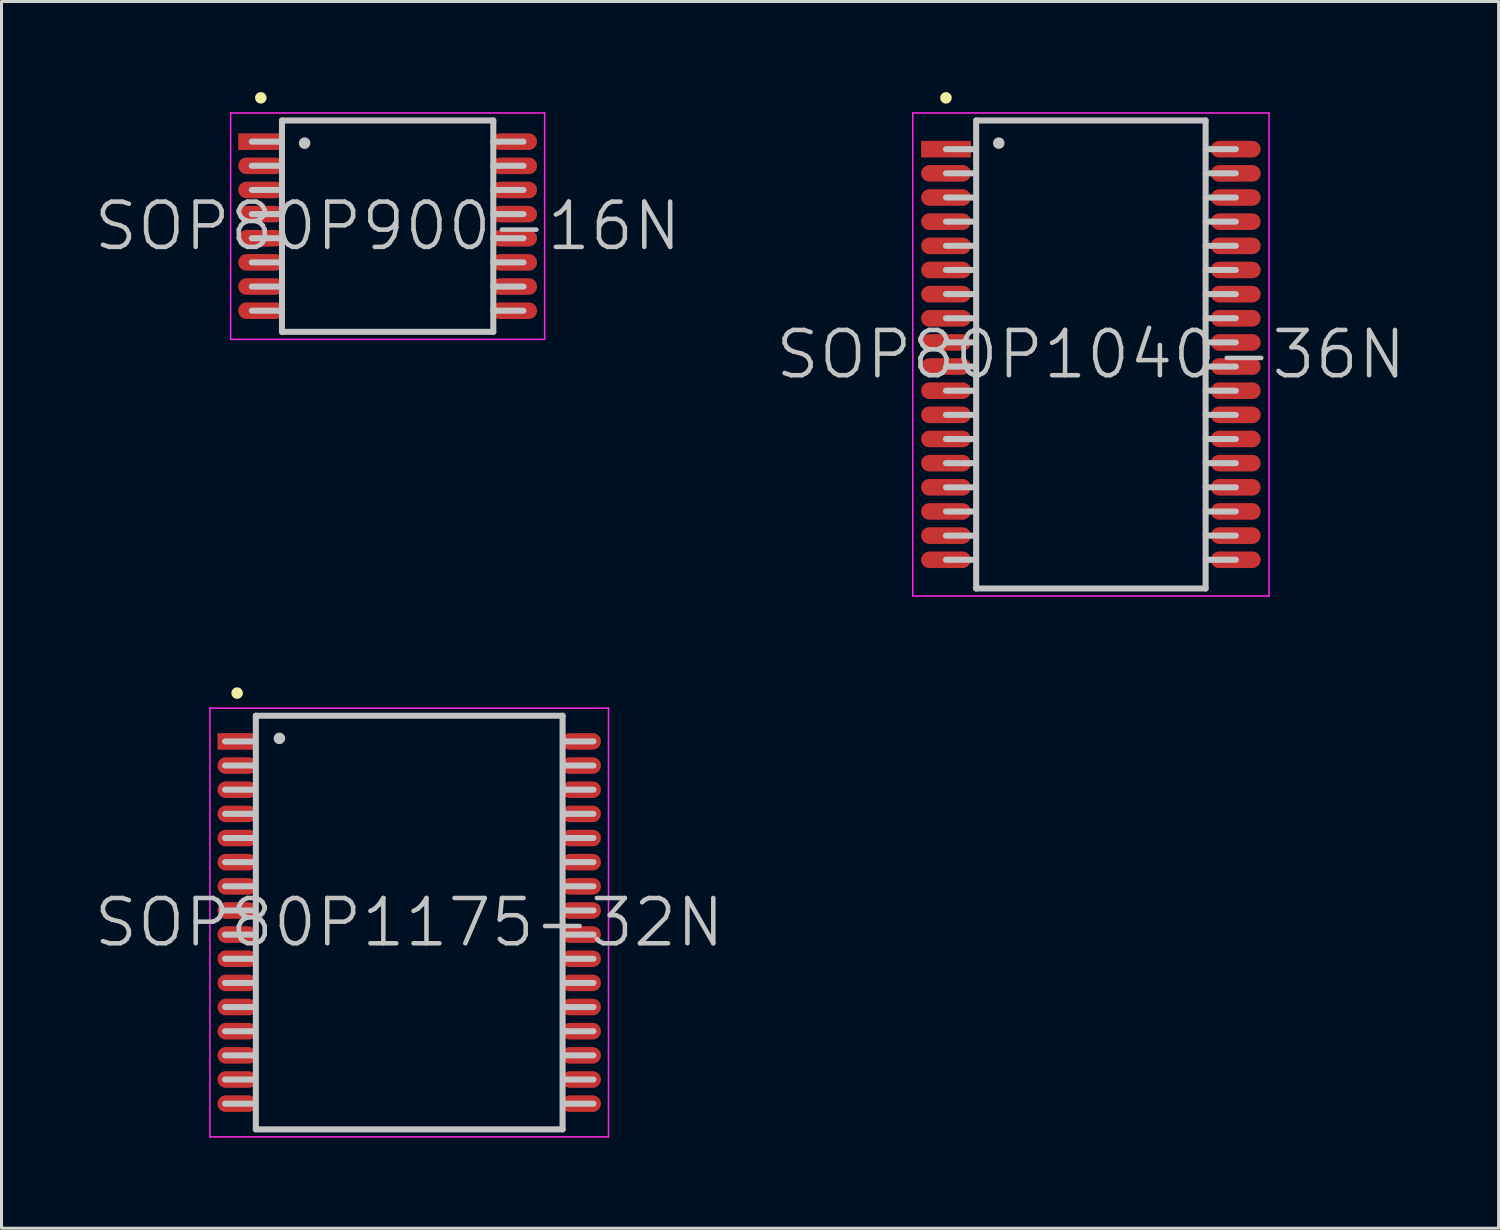
<source format=kicad_pcb>
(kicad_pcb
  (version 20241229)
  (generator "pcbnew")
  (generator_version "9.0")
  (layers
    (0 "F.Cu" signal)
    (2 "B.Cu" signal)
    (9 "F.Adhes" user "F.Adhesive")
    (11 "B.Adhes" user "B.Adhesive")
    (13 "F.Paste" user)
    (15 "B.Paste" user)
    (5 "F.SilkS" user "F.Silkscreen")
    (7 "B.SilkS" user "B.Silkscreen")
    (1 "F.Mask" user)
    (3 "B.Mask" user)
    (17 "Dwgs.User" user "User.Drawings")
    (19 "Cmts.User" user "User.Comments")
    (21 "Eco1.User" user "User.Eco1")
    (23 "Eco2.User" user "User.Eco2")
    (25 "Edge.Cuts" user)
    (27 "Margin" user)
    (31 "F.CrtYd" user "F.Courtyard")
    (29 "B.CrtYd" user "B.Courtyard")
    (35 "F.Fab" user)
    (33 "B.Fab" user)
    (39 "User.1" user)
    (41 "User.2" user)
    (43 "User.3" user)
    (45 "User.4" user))
  (footprint "SOP80P1175-32N"
    (layer "F.Cu")
    (at 10.504 27.506)
    (property "Reference" "SOP80P1175-32N" (at 0 0 0) (layer "Dwgs.User") (effects (font (size 1.5 1.5) (thickness 0.15))))
    (attr smd)
    (fp_line (start -5.7 -7.6) (end -5.7 -7.6) (stroke (width 0.381) (type solid)) (layer "F.SilkS"))
    (fp_line (start -5.1 -6) (end -6.1 -6) (stroke (width 0.2) (type solid)) (layer "Dwgs.User"))
    (fp_line (start -5.1 -5.2) (end -6.1 -5.2) (stroke (width 0.2) (type solid)) (layer "Dwgs.User"))
    (fp_line (start -5.1 -4.4) (end -6.1 -4.4) (stroke (width 0.2) (type solid)) (layer "Dwgs.User"))
    (fp_line (start -5.1 -3.6) (end -6.1 -3.6) (stroke (width 0.2) (type solid)) (layer "Dwgs.User"))
    (fp_line (start -5.1 -2.8) (end -6.1 -2.8) (stroke (width 0.2) (type solid)) (layer "Dwgs.User"))
    (fp_line (start -5.1 -2) (end -6.1 -2) (stroke (width 0.2) (type solid)) (layer "Dwgs.User"))
    (fp_line (start -5.1 -1.2) (end -6.1 -1.2) (stroke (width 0.2) (type solid)) (layer "Dwgs.User"))
    (fp_line (start -5.1 -0.4) (end -6.1 -0.4) (stroke (width 0.2) (type solid)) (layer "Dwgs.User"))
    (fp_line (start -5.1 0.4) (end -6.1 0.4) (stroke (width 0.2) (type solid)) (layer "Dwgs.User"))
    (fp_line (start -5.1 1.2) (end -6.1 1.2) (stroke (width 0.2) (type solid)) (layer "Dwgs.User"))
    (fp_line (start -5.1 2) (end -6.1 2) (stroke (width 0.2) (type solid)) (layer "Dwgs.User"))
    (fp_line (start -5.1 2.8) (end -6.1 2.8) (stroke (width 0.2) (type solid)) (layer "Dwgs.User"))
    (fp_line (start -5.1 3.6) (end -6.1 3.6) (stroke (width 0.2) (type solid)) (layer "Dwgs.User"))
    (fp_line (start -5.1 4.4) (end -6.1 4.4) (stroke (width 0.2) (type solid)) (layer "Dwgs.User"))
    (fp_line (start -5.1 5.2) (end -6.1 5.2) (stroke (width 0.2) (type solid)) (layer "Dwgs.User"))
    (fp_line (start -5.1 6) (end -6.1 6) (stroke (width 0.2) (type solid)) (layer "Dwgs.User"))
    (fp_line (start -5.08 -6.85) (end -5.08 6.85) (stroke (width 0.2) (type solid)) (layer "Dwgs.User"))
    (fp_line (start -5.08 -6.85) (end 5.08 -6.85) (stroke (width 0.2) (type solid)) (layer "Dwgs.User"))
    (fp_line (start -5.08 6.85) (end 5.08 6.85) (stroke (width 0.2) (type solid)) (layer "Dwgs.User"))
    (fp_line (start -4.3 -6.1) (end -4.3 -6.1) (stroke (width 0.381) (type solid)) (layer "Dwgs.User"))
    (fp_line (start 5.08 -6.85) (end 5.08 6.85) (stroke (width 0.2) (type solid)) (layer "Dwgs.User"))
    (fp_line (start 6.1 -6) (end 5.1 -6) (stroke (width 0.2) (type solid)) (layer "Dwgs.User"))
    (fp_line (start 6.1 -5.2) (end 5.1 -5.2) (stroke (width 0.2) (type solid)) (layer "Dwgs.User"))
    (fp_line (start 6.1 -4.4) (end 5.1 -4.4) (stroke (width 0.2) (type solid)) (layer "Dwgs.User"))
    (fp_line (start 6.1 -3.6) (end 5.1 -3.6) (stroke (width 0.2) (type solid)) (layer "Dwgs.User"))
    (fp_line (start 6.1 -2.8) (end 5.1 -2.8) (stroke (width 0.2) (type solid)) (layer "Dwgs.User"))
    (fp_line (start 6.1 -2) (end 5.1 -2) (stroke (width 0.2) (type solid)) (layer "Dwgs.User"))
    (fp_line (start 6.1 -1.2) (end 5.1 -1.2) (stroke (width 0.2) (type solid)) (layer "Dwgs.User"))
    (fp_line (start 6.1 -0.4) (end 5.1 -0.4) (stroke (width 0.2) (type solid)) (layer "Dwgs.User"))
    (fp_line (start 6.1 0.4) (end 5.1 0.4) (stroke (width 0.2) (type solid)) (layer "Dwgs.User"))
    (fp_line (start 6.1 1.2) (end 5.1 1.2) (stroke (width 0.2) (type solid)) (layer "Dwgs.User"))
    (fp_line (start 6.1 2) (end 5.1 2) (stroke (width 0.2) (type solid)) (layer "Dwgs.User"))
    (fp_line (start 6.1 2.8) (end 5.1 2.8) (stroke (width 0.2) (type solid)) (layer "Dwgs.User"))
    (fp_line (start 6.1 3.6) (end 5.1 3.6) (stroke (width 0.2) (type solid)) (layer "Dwgs.User"))
    (fp_line (start 6.1 4.4) (end 5.1 4.4) (stroke (width 0.2) (type solid)) (layer "Dwgs.User"))
    (fp_line (start 6.1 5.2) (end 5.1 5.2) (stroke (width 0.2) (type solid)) (layer "Dwgs.User"))
    (fp_line (start 6.1 6) (end 5.1 6) (stroke (width 0.2) (type solid)) (layer "Dwgs.User"))
    (fp_line (start -6.6 -7.1) (end -6.6 7.1) (stroke (width 0.05) (type solid)) (layer "F.CrtYd"))
    (fp_line (start -6.6 -7.1) (end 6.6 -7.1) (stroke (width 0.05) (type solid)) (layer "F.CrtYd"))
    (fp_line (start -6.6 7.1) (end 6.6 7.1) (stroke (width 0.05) (type solid)) (layer "F.CrtYd"))
    (fp_line (start 6.6 -7.1) (end 6.6 7.1) (stroke (width 0.05) (type solid)) (layer "F.CrtYd"))
    (pad "1" smd rect (at -5.7 -5.999 90) (size 0.55 1.3) (layers "F.Cu" "F.Mask" "F.Paste"))
    (pad "2" smd oval (at -5.7 -5.199 90) (size 0.55 1.3) (layers "F.Cu" "F.Mask" "F.Paste"))
    (pad "3" smd oval (at -5.7 -4.399 90) (size 0.55 1.3) (layers "F.Cu" "F.Mask" "F.Paste"))
    (pad "4" smd oval (at -5.7 -3.599 90) (size 0.55 1.3) (layers "F.Cu" "F.Mask" "F.Paste"))
    (pad "5" smd oval (at -5.7 -2.799 90) (size 0.55 1.3) (layers "F.Cu" "F.Mask" "F.Paste"))
    (pad "6" smd oval (at -5.7 -1.999 90) (size 0.55 1.3) (layers "F.Cu" "F.Mask" "F.Paste"))
    (pad "7" smd oval (at -5.7 -1.199 90) (size 0.55 1.3) (layers "F.Cu" "F.Mask" "F.Paste"))
    (pad "8" smd oval (at -5.7 -0.399 90) (size 0.55 1.3) (layers "F.Cu" "F.Mask" "F.Paste"))
    (pad "9" smd oval (at -5.7 0.399 90) (size 0.55 1.3) (layers "F.Cu" "F.Mask" "F.Paste"))
    (pad "10" smd oval (at -5.7 1.199 90) (size 0.55 1.3) (layers "F.Cu" "F.Mask" "F.Paste"))
    (pad "11" smd oval (at -5.7 1.999 90) (size 0.55 1.3) (layers "F.Cu" "F.Mask" "F.Paste"))
    (pad "12" smd oval (at -5.7 2.799 90) (size 0.55 1.3) (layers "F.Cu" "F.Mask" "F.Paste"))
    (pad "13" smd oval (at -5.7 3.599 90) (size 0.55 1.3) (layers "F.Cu" "F.Mask" "F.Paste"))
    (pad "14" smd oval (at -5.7 4.399 90) (size 0.55 1.3) (layers "F.Cu" "F.Mask" "F.Paste"))
    (pad "15" smd oval (at -5.7 5.199 90) (size 0.55 1.3) (layers "F.Cu" "F.Mask" "F.Paste"))
    (pad "16" smd oval (at -5.7 5.999 90) (size 0.55 1.3) (layers "F.Cu" "F.Mask" "F.Paste"))
    (pad "17" smd oval (at 5.7 5.999 270) (size 0.55 1.3) (layers "F.Cu" "F.Mask" "F.Paste"))
    (pad "18" smd oval (at 5.7 5.199 270) (size 0.55 1.3) (layers "F.Cu" "F.Mask" "F.Paste"))
    (pad "19" smd oval (at 5.7 4.399 270) (size 0.55 1.3) (layers "F.Cu" "F.Mask" "F.Paste"))
    (pad "20" smd oval (at 5.7 3.599 270) (size 0.55 1.3) (layers "F.Cu" "F.Mask" "F.Paste"))
    (pad "21" smd oval (at 5.7 2.799 270) (size 0.55 1.3) (layers "F.Cu" "F.Mask" "F.Paste"))
    (pad "22" smd oval (at 5.7 1.999 270) (size 0.55 1.3) (layers "F.Cu" "F.Mask" "F.Paste"))
    (pad "23" smd oval (at 5.7 1.199 270) (size 0.55 1.3) (layers "F.Cu" "F.Mask" "F.Paste"))
    (pad "24" smd oval (at 5.7 0.399 270) (size 0.55 1.3) (layers "F.Cu" "F.Mask" "F.Paste"))
    (pad "25" smd oval (at 5.7 -0.399 270) (size 0.55 1.3) (layers "F.Cu" "F.Mask" "F.Paste"))
    (pad "26" smd oval (at 5.7 -1.199 270) (size 0.55 1.3) (layers "F.Cu" "F.Mask" "F.Paste"))
    (pad "27" smd oval (at 5.7 -1.999 270) (size 0.55 1.3) (layers "F.Cu" "F.Mask" "F.Paste"))
    (pad "28" smd oval (at 5.7 -2.799 270) (size 0.55 1.3) (layers "F.Cu" "F.Mask" "F.Paste"))
    (pad "29" smd oval (at 5.7 -3.599 270) (size 0.55 1.3) (layers "F.Cu" "F.Mask" "F.Paste"))
    (pad "30" smd oval (at 5.7 -4.399 270) (size 0.55 1.3) (layers "F.Cu" "F.Mask" "F.Paste"))
    (pad "31" smd oval (at 5.7 -5.199 270) (size 0.55 1.3) (layers "F.Cu" "F.Mask" "F.Paste"))
    (pad "32" smd oval (at 5.7 -5.999 270) (size 0.55 1.3) (layers "F.Cu" "F.Mask" "F.Paste")))
  (footprint "SOP80P1040-36N"
    (layer "F.Cu")
    (at 33.082 8.691)
    (property "Reference" "SOP80P1040-36N" (at 0 0 0) (layer "Dwgs.User") (effects (font (size 1.5 1.5) (thickness 0.15))))
    (attr smd)
    (fp_line (start -4.8 -8.5) (end -4.8 -8.5) (stroke (width 0.381) (type solid)) (layer "F.SilkS"))
    (fp_line (start -3.8 -7.75) (end -3.8 7.75) (stroke (width 0.2) (type solid)) (layer "Dwgs.User"))
    (fp_line (start -3.8 -7.75) (end 3.8 -7.75) (stroke (width 0.2) (type solid)) (layer "Dwgs.User"))
    (fp_line (start -3.8 -6.8) (end -4.8 -6.8) (stroke (width 0.2) (type solid)) (layer "Dwgs.User"))
    (fp_line (start -3.8 -6) (end -4.8 -6) (stroke (width 0.2) (type solid)) (layer "Dwgs.User"))
    (fp_line (start -3.8 -5.2) (end -4.8 -5.2) (stroke (width 0.2) (type solid)) (layer "Dwgs.User"))
    (fp_line (start -3.8 -4.4) (end -4.8 -4.4) (stroke (width 0.2) (type solid)) (layer "Dwgs.User"))
    (fp_line (start -3.8 -3.6) (end -4.8 -3.6) (stroke (width 0.2) (type solid)) (layer "Dwgs.User"))
    (fp_line (start -3.8 -2.8) (end -4.8 -2.8) (stroke (width 0.2) (type solid)) (layer "Dwgs.User"))
    (fp_line (start -3.8 -2) (end -4.8 -2) (stroke (width 0.2) (type solid)) (layer "Dwgs.User"))
    (fp_line (start -3.8 -1.2) (end -4.8 -1.2) (stroke (width 0.2) (type solid)) (layer "Dwgs.User"))
    (fp_line (start -3.8 -0.4) (end -4.8 -0.4) (stroke (width 0.2) (type solid)) (layer "Dwgs.User"))
    (fp_line (start -3.8 0.4) (end -4.8 0.4) (stroke (width 0.2) (type solid)) (layer "Dwgs.User"))
    (fp_line (start -3.8 1.2) (end -4.8 1.2) (stroke (width 0.2) (type solid)) (layer "Dwgs.User"))
    (fp_line (start -3.8 2) (end -4.8 2) (stroke (width 0.2) (type solid)) (layer "Dwgs.User"))
    (fp_line (start -3.8 2.8) (end -4.8 2.8) (stroke (width 0.2) (type solid)) (layer "Dwgs.User"))
    (fp_line (start -3.8 3.6) (end -4.8 3.6) (stroke (width 0.2) (type solid)) (layer "Dwgs.User"))
    (fp_line (start -3.8 4.4) (end -4.8 4.4) (stroke (width 0.2) (type solid)) (layer "Dwgs.User"))
    (fp_line (start -3.8 5.2) (end -4.8 5.2) (stroke (width 0.2) (type solid)) (layer "Dwgs.User"))
    (fp_line (start -3.8 6) (end -4.8 6) (stroke (width 0.2) (type solid)) (layer "Dwgs.User"))
    (fp_line (start -3.8 6.8) (end -4.8 6.8) (stroke (width 0.2) (type solid)) (layer "Dwgs.User"))
    (fp_line (start -3.8 7.75) (end 3.8 7.75) (stroke (width 0.2) (type solid)) (layer "Dwgs.User"))
    (fp_line (start -3.05 -7) (end -3.05 -7) (stroke (width 0.381) (type solid)) (layer "Dwgs.User"))
    (fp_line (start 3.8 -7.75) (end 3.8 7.75) (stroke (width 0.2) (type solid)) (layer "Dwgs.User"))
    (fp_line (start 4.8 -6.8) (end 3.8 -6.8) (stroke (width 0.2) (type solid)) (layer "Dwgs.User"))
    (fp_line (start 4.8 -6) (end 3.8 -6) (stroke (width 0.2) (type solid)) (layer "Dwgs.User"))
    (fp_line (start 4.8 -5.2) (end 3.8 -5.2) (stroke (width 0.2) (type solid)) (layer "Dwgs.User"))
    (fp_line (start 4.8 -4.4) (end 3.8 -4.4) (stroke (width 0.2) (type solid)) (layer "Dwgs.User"))
    (fp_line (start 4.8 -3.6) (end 3.8 -3.6) (stroke (width 0.2) (type solid)) (layer "Dwgs.User"))
    (fp_line (start 4.8 -2.8) (end 3.8 -2.8) (stroke (width 0.2) (type solid)) (layer "Dwgs.User"))
    (fp_line (start 4.8 -2) (end 3.8 -2) (stroke (width 0.2) (type solid)) (layer "Dwgs.User"))
    (fp_line (start 4.8 -1.2) (end 3.8 -1.2) (stroke (width 0.2) (type solid)) (layer "Dwgs.User"))
    (fp_line (start 4.8 -0.4) (end 3.8 -0.4) (stroke (width 0.2) (type solid)) (layer "Dwgs.User"))
    (fp_line (start 4.8 0.4) (end 3.8 0.4) (stroke (width 0.2) (type solid)) (layer "Dwgs.User"))
    (fp_line (start 4.8 1.2) (end 3.8 1.2) (stroke (width 0.2) (type solid)) (layer "Dwgs.User"))
    (fp_line (start 4.8 2) (end 3.8 2) (stroke (width 0.2) (type solid)) (layer "Dwgs.User"))
    (fp_line (start 4.8 2.8) (end 3.8 2.8) (stroke (width 0.2) (type solid)) (layer "Dwgs.User"))
    (fp_line (start 4.8 3.6) (end 3.8 3.6) (stroke (width 0.2) (type solid)) (layer "Dwgs.User"))
    (fp_line (start 4.8 4.4) (end 3.8 4.4) (stroke (width 0.2) (type solid)) (layer "Dwgs.User"))
    (fp_line (start 4.8 5.2) (end 3.8 5.2) (stroke (width 0.2) (type solid)) (layer "Dwgs.User"))
    (fp_line (start 4.8 6) (end 3.8 6) (stroke (width 0.2) (type solid)) (layer "Dwgs.User"))
    (fp_line (start 4.8 6.8) (end 3.8 6.8) (stroke (width 0.2) (type solid)) (layer "Dwgs.User"))
    (fp_line (start -5.9 -8) (end -5.9 8) (stroke (width 0.05) (type solid)) (layer "F.CrtYd"))
    (fp_line (start -5.9 -8) (end 5.9 -8) (stroke (width 0.05) (type solid)) (layer "F.CrtYd"))
    (fp_line (start -5.9 8) (end 5.9 8) (stroke (width 0.05) (type solid)) (layer "F.CrtYd"))
    (fp_line (start 5.9 -8) (end 5.9 8) (stroke (width 0.05) (type solid)) (layer "F.CrtYd"))
    (pad "1" smd rect (at -4.798 -6.8 90) (size 0.55 1.65) (layers "F.Cu" "F.Mask" "F.Paste"))
    (pad "2" smd oval (at -4.798 -5.999 90) (size 0.55 1.65) (layers "F.Cu" "F.Mask" "F.Paste"))
    (pad "3" smd oval (at -4.798 -5.199 90) (size 0.55 1.65) (layers "F.Cu" "F.Mask" "F.Paste"))
    (pad "4" smd oval (at -4.798 -4.399 90) (size 0.55 1.65) (layers "F.Cu" "F.Mask" "F.Paste"))
    (pad "5" smd oval (at -4.798 -3.599 90) (size 0.55 1.65) (layers "F.Cu" "F.Mask" "F.Paste"))
    (pad "6" smd oval (at -4.798 -2.799 90) (size 0.55 1.65) (layers "F.Cu" "F.Mask" "F.Paste"))
    (pad "7" smd oval (at -4.798 -1.999 90) (size 0.55 1.65) (layers "F.Cu" "F.Mask" "F.Paste"))
    (pad "8" smd oval (at -4.798 -1.199 90) (size 0.55 1.65) (layers "F.Cu" "F.Mask" "F.Paste"))
    (pad "9" smd oval (at -4.798 -0.399 90) (size 0.55 1.65) (layers "F.Cu" "F.Mask" "F.Paste"))
    (pad "10" smd oval (at -4.798 0.399 90) (size 0.55 1.65) (layers "F.Cu" "F.Mask" "F.Paste"))
    (pad "11" smd oval (at -4.798 1.199 90) (size 0.55 1.65) (layers "F.Cu" "F.Mask" "F.Paste"))
    (pad "12" smd oval (at -4.798 1.999 90) (size 0.55 1.65) (layers "F.Cu" "F.Mask" "F.Paste"))
    (pad "13" smd oval (at -4.798 2.799 90) (size 0.55 1.65) (layers "F.Cu" "F.Mask" "F.Paste"))
    (pad "14" smd oval (at -4.798 3.599 90) (size 0.55 1.65) (layers "F.Cu" "F.Mask" "F.Paste"))
    (pad "15" smd oval (at -4.798 4.399 90) (size 0.55 1.65) (layers "F.Cu" "F.Mask" "F.Paste"))
    (pad "16" smd oval (at -4.798 5.199 90) (size 0.55 1.65) (layers "F.Cu" "F.Mask" "F.Paste"))
    (pad "17" smd oval (at -4.798 5.999 90) (size 0.55 1.65) (layers "F.Cu" "F.Mask" "F.Paste"))
    (pad "18" smd oval (at -4.798 6.8 90) (size 0.55 1.65) (layers "F.Cu" "F.Mask" "F.Paste"))
    (pad "19" smd oval (at 4.798 6.8 270) (size 0.55 1.65) (layers "F.Cu" "F.Mask" "F.Paste"))
    (pad "20" smd oval (at 4.798 5.999 270) (size 0.55 1.65) (layers "F.Cu" "F.Mask" "F.Paste"))
    (pad "21" smd oval (at 4.798 5.199 270) (size 0.55 1.65) (layers "F.Cu" "F.Mask" "F.Paste"))
    (pad "22" smd oval (at 4.798 4.399 270) (size 0.55 1.65) (layers "F.Cu" "F.Mask" "F.Paste"))
    (pad "23" smd oval (at 4.798 3.599 270) (size 0.55 1.65) (layers "F.Cu" "F.Mask" "F.Paste"))
    (pad "24" smd oval (at 4.798 2.799 270) (size 0.55 1.65) (layers "F.Cu" "F.Mask" "F.Paste"))
    (pad "25" smd oval (at 4.798 1.999 270) (size 0.55 1.65) (layers "F.Cu" "F.Mask" "F.Paste"))
    (pad "26" smd oval (at 4.798 1.199 270) (size 0.55 1.65) (layers "F.Cu" "F.Mask" "F.Paste"))
    (pad "27" smd oval (at 4.798 0.399 270) (size 0.55 1.65) (layers "F.Cu" "F.Mask" "F.Paste"))
    (pad "28" smd oval (at 4.798 -0.399 270) (size 0.55 1.65) (layers "F.Cu" "F.Mask" "F.Paste"))
    (pad "29" smd oval (at 4.798 -1.199 270) (size 0.55 1.65) (layers "F.Cu" "F.Mask" "F.Paste"))
    (pad "30" smd oval (at 4.798 -1.999 270) (size 0.55 1.65) (layers "F.Cu" "F.Mask" "F.Paste"))
    (pad "31" smd oval (at 4.798 -2.799 270) (size 0.55 1.65) (layers "F.Cu" "F.Mask" "F.Paste"))
    (pad "32" smd oval (at 4.798 -3.599 270) (size 0.55 1.65) (layers "F.Cu" "F.Mask" "F.Paste"))
    (pad "33" smd oval (at 4.798 -4.399 270) (size 0.55 1.65) (layers "F.Cu" "F.Mask" "F.Paste"))
    (pad "34" smd oval (at 4.798 -5.199 270) (size 0.55 1.65) (layers "F.Cu" "F.Mask" "F.Paste"))
    (pad "35" smd oval (at 4.798 -5.999 270) (size 0.55 1.65) (layers "F.Cu" "F.Mask" "F.Paste"))
    (pad "36" smd oval (at 4.798 -6.8 270) (size 0.55 1.65) (layers "F.Cu" "F.Mask" "F.Paste")))
  (footprint "SOP80P900-16N"
    (layer "F.Cu")
    (at 9.789 4.441)
    (property "Reference" "SOP80P900-16N" (at 0 0 0) (layer "Dwgs.User") (effects (font (size 1.5 1.5) (thickness 0.15))))
    (attr smd)
    (fp_line (start -4.2 -4.25) (end -4.2 -4.25) (stroke (width 0.381) (type solid)) (layer "F.SilkS"))
    (fp_line (start -3.5 -3.5) (end -3.5 3.5) (stroke (width 0.2) (type solid)) (layer "Dwgs.User"))
    (fp_line (start -3.5 -3.5) (end 3.5 -3.5) (stroke (width 0.2) (type solid)) (layer "Dwgs.User"))
    (fp_line (start -3.5 -2.8) (end -4.5 -2.8) (stroke (width 0.2) (type solid)) (layer "Dwgs.User"))
    (fp_line (start -3.5 -2) (end -4.5 -2) (stroke (width 0.2) (type solid)) (layer "Dwgs.User"))
    (fp_line (start -3.5 -1.2) (end -4.5 -1.2) (stroke (width 0.2) (type solid)) (layer "Dwgs.User"))
    (fp_line (start -3.5 -0.4) (end -4.5 -0.4) (stroke (width 0.2) (type solid)) (layer "Dwgs.User"))
    (fp_line (start -3.5 0.4) (end -4.5 0.4) (stroke (width 0.2) (type solid)) (layer "Dwgs.User"))
    (fp_line (start -3.5 1.2) (end -4.5 1.2) (stroke (width 0.2) (type solid)) (layer "Dwgs.User"))
    (fp_line (start -3.5 2) (end -4.5 2) (stroke (width 0.2) (type solid)) (layer "Dwgs.User"))
    (fp_line (start -3.5 2.8) (end -4.5 2.8) (stroke (width 0.2) (type solid)) (layer "Dwgs.User"))
    (fp_line (start -3.5 3.5) (end 3.5 3.5) (stroke (width 0.2) (type solid)) (layer "Dwgs.User"))
    (fp_line (start -2.75 -2.75) (end -2.75 -2.75) (stroke (width 0.381) (type solid)) (layer "Dwgs.User"))
    (fp_line (start 3.5 -3.5) (end 3.5 3.5) (stroke (width 0.2) (type solid)) (layer "Dwgs.User"))
    (fp_line (start 4.5 -2.8) (end 3.5 -2.8) (stroke (width 0.2) (type solid)) (layer "Dwgs.User"))
    (fp_line (start 4.5 -2) (end 3.5 -2) (stroke (width 0.2) (type solid)) (layer "Dwgs.User"))
    (fp_line (start 4.5 -1.2) (end 3.5 -1.2) (stroke (width 0.2) (type solid)) (layer "Dwgs.User"))
    (fp_line (start 4.5 -0.4) (end 3.5 -0.4) (stroke (width 0.2) (type solid)) (layer "Dwgs.User"))
    (fp_line (start 4.5 0.4) (end 3.5 0.4) (stroke (width 0.2) (type solid)) (layer "Dwgs.User"))
    (fp_line (start 4.5 1.2) (end 3.5 1.2) (stroke (width 0.2) (type solid)) (layer "Dwgs.User"))
    (fp_line (start 4.5 2) (end 3.5 2) (stroke (width 0.2) (type solid)) (layer "Dwgs.User"))
    (fp_line (start 4.5 2.8) (end 3.5 2.8) (stroke (width 0.2) (type solid)) (layer "Dwgs.User"))
    (fp_line (start -5.2 -3.75) (end -5.2 3.75) (stroke (width 0.05) (type solid)) (layer "F.CrtYd"))
    (fp_line (start -5.2 -3.75) (end 5.2 -3.75) (stroke (width 0.05) (type solid)) (layer "F.CrtYd"))
    (fp_line (start -5.2 3.75) (end 5.2 3.75) (stroke (width 0.05) (type solid)) (layer "F.CrtYd"))
    (fp_line (start 5.2 -3.75) (end 5.2 3.75) (stroke (width 0.05) (type solid)) (layer "F.CrtYd"))
    (pad "1" smd rect (at -4.199 -2.799 90) (size 0.55 1.5) (layers "F.Cu" "F.Mask" "F.Paste"))
    (pad "2" smd oval (at -4.199 -1.999 90) (size 0.55 1.5) (layers "F.Cu" "F.Mask" "F.Paste"))
    (pad "3" smd oval (at -4.199 -1.199 90) (size 0.55 1.5) (layers "F.Cu" "F.Mask" "F.Paste"))
    (pad "4" smd oval (at -4.199 -0.399 90) (size 0.55 1.5) (layers "F.Cu" "F.Mask" "F.Paste"))
    (pad "5" smd oval (at -4.199 0.399 90) (size 0.55 1.5) (layers "F.Cu" "F.Mask" "F.Paste"))
    (pad "6" smd oval (at -4.199 1.199 90) (size 0.55 1.5) (layers "F.Cu" "F.Mask" "F.Paste"))
    (pad "7" smd oval (at -4.199 1.999 90) (size 0.55 1.5) (layers "F.Cu" "F.Mask" "F.Paste"))
    (pad "8" smd oval (at -4.199 2.799 90) (size 0.55 1.5) (layers "F.Cu" "F.Mask" "F.Paste"))
    (pad "9" smd oval (at 4.199 2.799 270) (size 0.55 1.5) (layers "F.Cu" "F.Mask" "F.Paste"))
    (pad "10" smd oval (at 4.199 1.999 270) (size 0.55 1.5) (layers "F.Cu" "F.Mask" "F.Paste"))
    (pad "11" smd oval (at 4.199 1.199 270) (size 0.55 1.5) (layers "F.Cu" "F.Mask" "F.Paste"))
    (pad "12" smd oval (at 4.199 0.399 270) (size 0.55 1.5) (layers "F.Cu" "F.Mask" "F.Paste"))
    (pad "13" smd oval (at 4.199 -0.399 270) (size 0.55 1.5) (layers "F.Cu" "F.Mask" "F.Paste"))
    (pad "14" smd oval (at 4.199 -1.199 270) (size 0.55 1.5) (layers "F.Cu" "F.Mask" "F.Paste"))
    (pad "15" smd oval (at 4.199 -1.999 270) (size 0.55 1.5) (layers "F.Cu" "F.Mask" "F.Paste"))
    (pad "16" smd oval (at 4.199 -2.799 270) (size 0.55 1.5) (layers "F.Cu" "F.Mask" "F.Paste")))
  (gr_rect
    (start -3 -3)
    (end 46.586 37.631)
    (stroke (width 0.1) (type default))
    (fill no)
    (layer "Edge.Cuts")))
</source>
